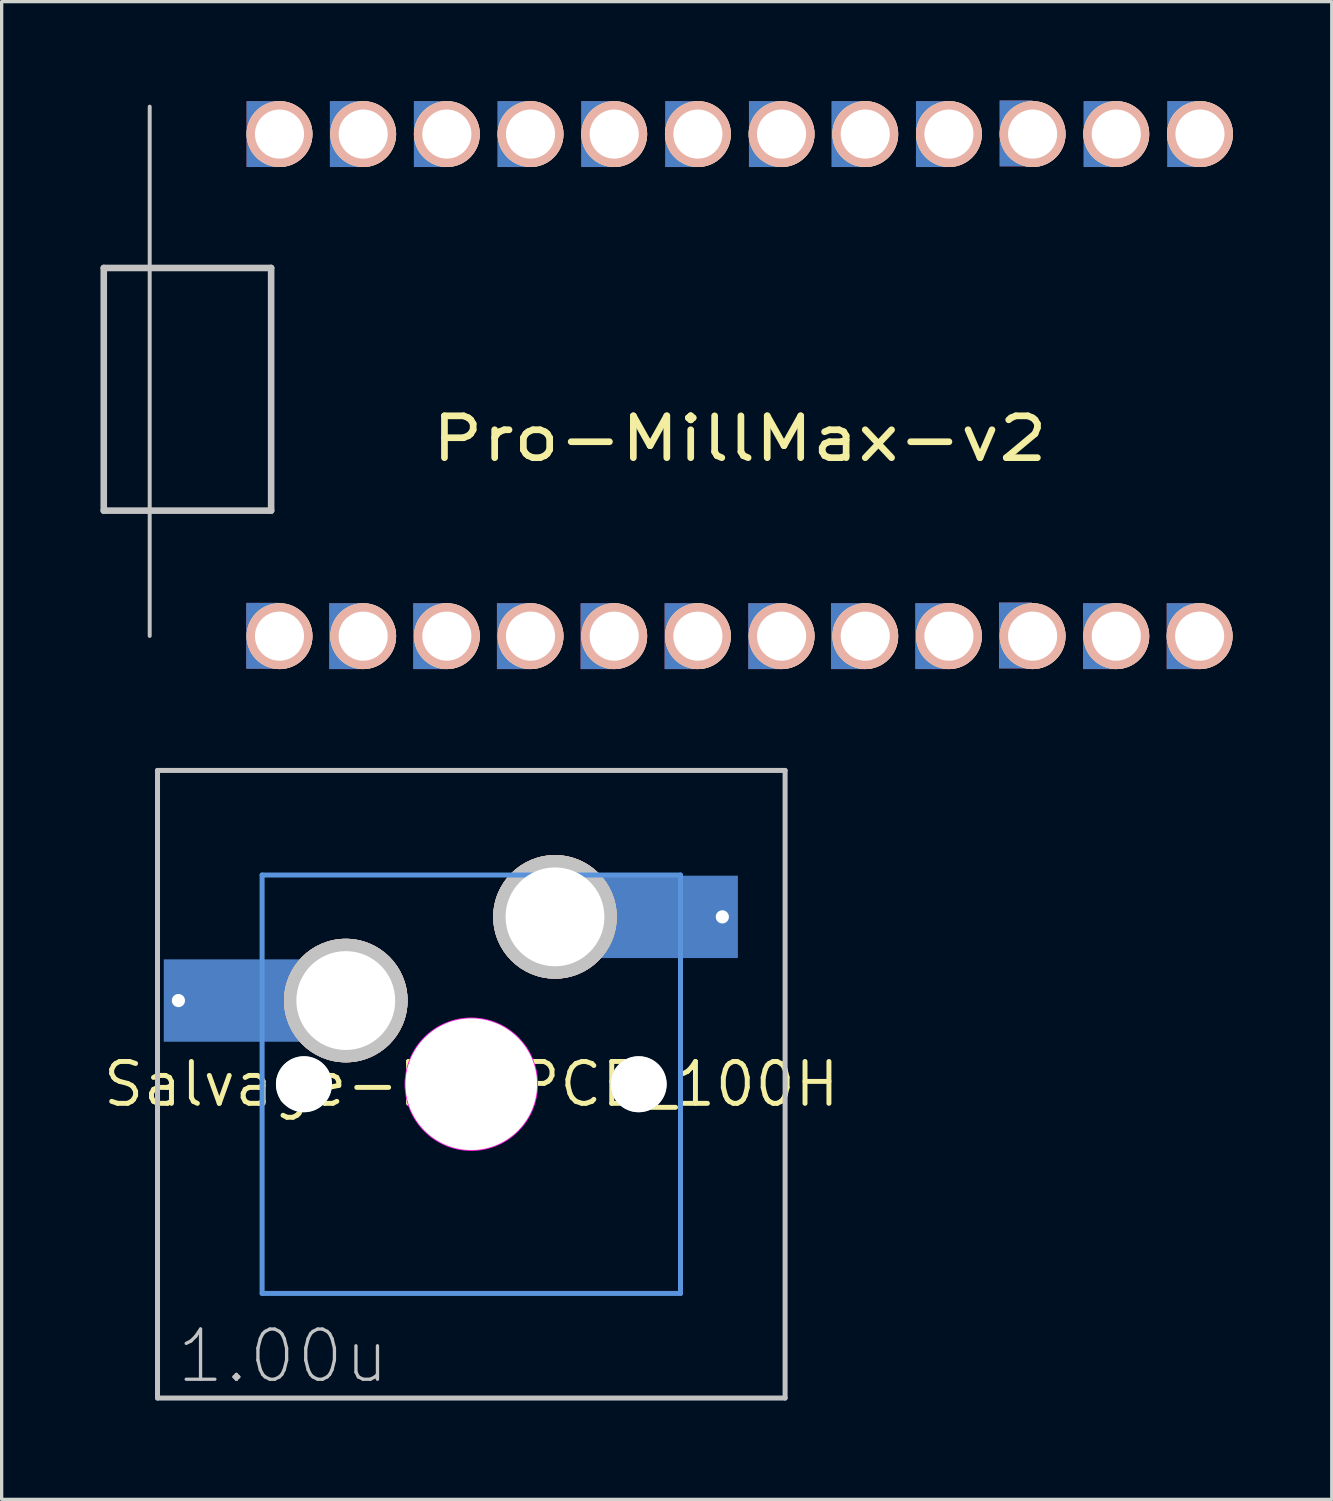
<source format=kicad_pcb>
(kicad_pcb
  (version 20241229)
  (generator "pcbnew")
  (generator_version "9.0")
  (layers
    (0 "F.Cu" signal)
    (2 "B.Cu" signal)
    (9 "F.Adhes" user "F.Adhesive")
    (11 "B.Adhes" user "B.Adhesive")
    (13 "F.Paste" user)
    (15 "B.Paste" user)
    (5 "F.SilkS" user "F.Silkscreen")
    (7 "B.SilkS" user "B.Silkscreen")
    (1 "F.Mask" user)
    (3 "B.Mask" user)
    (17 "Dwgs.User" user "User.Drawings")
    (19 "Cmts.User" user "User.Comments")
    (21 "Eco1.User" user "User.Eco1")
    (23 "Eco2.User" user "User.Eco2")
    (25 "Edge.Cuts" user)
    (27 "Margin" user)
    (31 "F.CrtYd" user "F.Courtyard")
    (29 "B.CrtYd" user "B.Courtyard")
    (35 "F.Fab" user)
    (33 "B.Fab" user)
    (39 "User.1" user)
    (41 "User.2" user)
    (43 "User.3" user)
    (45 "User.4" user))
  (footprint "Salvage-MX_PCB_100H"
    (layer "F.Cu")
    (at 11.256 29.861)
    (property "Reference" "Salvage-MX_PCB_100H" (at 0 0 0) (layer "F.SilkS") (effects (font (size 1.27 1.27) (thickness 0.15))))
    (fp_line (start -9.525 -9.525) (end 9.525 -9.525) (stroke (width 0.152) (type solid)) (layer "Dwgs.User"))
    (fp_line (start -9.525 9.525) (end -9.525 -9.525) (stroke (width 0.152) (type solid)) (layer "Dwgs.User"))
    (fp_line (start 9.525 -9.525) (end 9.525 9.525) (stroke (width 0.152) (type solid)) (layer "Dwgs.User"))
    (fp_line (start 9.525 9.525) (end -9.525 9.525) (stroke (width 0.152) (type solid)) (layer "Dwgs.User"))
    (fp_line (start -6.35 -6.35) (end 6.35 -6.35) (stroke (width 0.152) (type solid)) (layer "Cmts.User"))
    (fp_line (start -6.35 6.35) (end -6.35 -6.35) (stroke (width 0.152) (type solid)) (layer "Cmts.User"))
    (fp_line (start 6.35 -6.35) (end 6.35 6.35) (stroke (width 0.152) (type solid)) (layer "Cmts.User"))
    (fp_line (start 6.35 6.35) (end -6.35 6.35) (stroke (width 0.152) (type solid)) (layer "Cmts.User"))
    (fp_curve (pts (xy -7 -6.001) (xy -7 -6.551) (xy -6.55 -7.001) (xy -6 -7.001)) (stroke (width 0.3) (type solid)) (layer "Eco2.User"))
    (fp_curve (pts (xy -7 5.999) (xy -7 5.999) (xy -7 -6.001) (xy -7 -6.001)) (stroke (width 0.3) (type solid)) (layer "Eco2.User"))
    (fp_curve (pts (xy -6 -7.001) (xy -6 -7.001) (xy 6 -7.001) (xy 6 -7.001)) (stroke (width 0.3) (type solid)) (layer "Eco2.User"))
    (fp_curve (pts (xy -6 6.999) (xy -6.55 6.999) (xy -7 6.549) (xy -7 5.999)) (stroke (width 0.3) (type solid)) (layer "Eco2.User"))
    (fp_curve (pts (xy 6 -7.001) (xy 6.55 -7.001) (xy 7 -6.551) (xy 7 -6.001)) (stroke (width 0.3) (type solid)) (layer "Eco2.User"))
    (fp_curve (pts (xy 6 6.999) (xy 6 6.999) (xy -6 6.999) (xy -6 6.999)) (stroke (width 0.3) (type solid)) (layer "Eco2.User"))
    (fp_curve (pts (xy 7 -6.001) (xy 7 -6.001) (xy 7 5.999) (xy 7 5.999)) (stroke (width 0.3) (type solid)) (layer "Eco2.User"))
    (fp_curve (pts (xy 7 5.999) (xy 7 6.549) (xy 6.55 6.999) (xy 6 6.999)) (stroke (width 0.3) (type solid)) (layer "Eco2.User"))
    (fp_circle (center 0 0) (end 2 0) (stroke (width 0.05) (type solid)) (fill no) (layer "F.CrtYd"))
    (fp_text user "1.00u" (at -5.715 8.255 0) (layer "Dwgs.User") (effects (font (size 1.524 1.524) (thickness 0.1))))
    (pad "" smd rect (at -7.085 -2.54) (size 2.55 2.5) (layers "B.Mask" "B.Paste"))
    (pad "" np_thru_hole circle (at -5.08 0) (size 1.7 1.7) (drill 1.7) (layers "*.Cu" "Dwgs.User"))
    (pad "" np_thru_hole circle (at 0 0) (size 3.988 3.988) (drill 3.988) (layers "*.Cu" "Dwgs.User"))
    (pad "" np_thru_hole circle (at 5.08 0) (size 1.7 1.7) (drill 1.7) (layers "*.Cu" "Dwgs.User"))
    (pad "" smd rect (at 5.815 -5.08) (size 2.55 2.5) (layers "B.Mask" "B.Paste"))
    (pad "1" thru_hole circle (at 2.54 -5.08) (size 3.75 3.75) (drill 3) (layers "*.Cu" "*.SilkS" "*.Mask" "Dwgs.User"))
    (pad "1" smd rect (at 5.842 -5.08) (size 4.5 2.5) (layers "B.Cu"))
    (pad "1" thru_hole circle (at 7.62 -5.08) (size 0.8 0.8) (drill 0.4) (layers "*.Cu"))
    (pad "2" thru_hole circle (at -8.89 -2.54) (size 0.8 0.8) (drill 0.4) (layers "*.Cu"))
    (pad "2" smd rect (at -7.085 -2.54) (size 4.5 2.5) (layers "B.Cu"))
    (pad "2" thru_hole circle (at -3.81 -2.54) (size 3.75 3.75) (drill 3) (layers "*.Cu" "*.SilkS" "*.Mask" "Dwgs.User")))
  (footprint "Pro-MillMax-v2"
    (layer "F.Cu")
    (at 19.404 8.64)
    (property "Reference" "Pro-MillMax-v2" (at 0 1.625 0) (layer "F.SilkS") (effects (font (size 1.27 1.524) (thickness 0.203))))
    (attr through_hole)
    (fp_line (start -19.304 -3.556) (end -14.224 -3.556) (stroke (width 0.2) (type solid)) (layer "Dwgs.User"))
    (fp_line (start -19.304 3.81) (end -19.304 -3.556) (stroke (width 0.2) (type solid)) (layer "Dwgs.User"))
    (fp_line (start -17.91 7.613) (end -17.91 -8.453) (stroke (width 0.12) (type solid)) (layer "Dwgs.User"))
    (fp_line (start -14.224 -3.556) (end -14.224 3.81) (stroke (width 0.2) (type solid)) (layer "Dwgs.User"))
    (fp_line (start -14.224 3.81) (end -19.304 3.81) (stroke (width 0.2) (type solid)) (layer "Dwgs.User"))
    (pad "1" smd rect (at -14.48 7.61) (size 1 2) (layers "F.Cu" "F.Mask" "F.Paste"))
    (pad "1" smd rect (at -14.48 7.61) (size 1 2) (layers "B.Cu" "B.Mask" "B.Paste"))
    (pad "1" thru_hole circle (at -13.97 7.62) (size 2 2) (drill 1.49) (layers "*.Cu" "*.SilkS" "*.Mask"))
    (pad "2" smd rect (at -11.96 7.62) (size 1 2) (layers "F.Cu" "F.Mask" "F.Paste"))
    (pad "2" smd rect (at -11.96 7.62) (size 1 2) (layers "B.Cu" "B.Mask" "B.Paste"))
    (pad "2" thru_hole circle (at -11.43 7.62) (size 2 2) (drill 1.49) (layers "*.Cu" "*.SilkS" "*.Mask"))
    (pad "3" smd rect (at -9.41 7.62) (size 1 2) (layers "F.Cu" "F.Mask" "F.Paste"))
    (pad "3" smd rect (at -9.41 7.62) (size 1 2) (layers "B.Cu" "B.Mask" "B.Paste"))
    (pad "3" thru_hole circle (at -8.89 7.62) (size 2 2) (drill 1.49) (layers "*.Cu" "*.SilkS" "*.Mask"))
    (pad "4" smd rect (at -6.87 7.62) (size 1 2) (layers "F.Cu" "F.Mask" "F.Paste"))
    (pad "4" smd rect (at -6.87 7.62) (size 1 2) (layers "B.Cu" "B.Mask" "B.Paste"))
    (pad "4" thru_hole circle (at -6.35 7.62) (size 2 2) (drill 1.49) (layers "*.Cu" "*.SilkS" "*.Mask"))
    (pad "5" smd rect (at -4.33 7.62) (size 1 2) (layers "F.Cu" "F.Mask" "F.Paste"))
    (pad "5" smd rect (at -4.33 7.62) (size 1 2) (layers "B.Cu" "B.Mask" "B.Paste"))
    (pad "5" thru_hole circle (at -3.81 7.62) (size 2 2) (drill 1.49) (layers "*.Cu" "*.SilkS" "*.Mask"))
    (pad "6" smd rect (at -1.78 7.62) (size 1 2) (layers "F.Cu" "F.Mask" "F.Paste"))
    (pad "6" smd rect (at -1.78 7.62) (size 1 2) (layers "B.Cu" "B.Mask" "B.Paste"))
    (pad "6" thru_hole circle (at -1.27 7.62) (size 2 2) (drill 1.49) (layers "*.Cu" "*.SilkS" "*.Mask"))
    (pad "7" smd rect (at 0.76 7.62) (size 1 2) (layers "F.Cu" "F.Mask" "F.Paste"))
    (pad "7" smd rect (at 0.76 7.62) (size 1 2) (layers "B.Cu" "B.Mask" "B.Paste"))
    (pad "7" thru_hole circle (at 1.27 7.62) (size 2 2) (drill 1.49) (layers "*.Cu" "*.SilkS" "*.Mask"))
    (pad "8" smd rect (at 3.27 7.62) (size 1 2) (layers "F.Cu" "F.Mask" "F.Paste"))
    (pad "8" smd rect (at 3.27 7.62) (size 1 2) (layers "B.Cu" "B.Mask" "B.Paste"))
    (pad "8" thru_hole circle (at 3.81 7.62) (size 2 2) (drill 1.49) (layers "*.Cu" "*.SilkS" "*.Mask"))
    (pad "9" smd rect (at 5.83 7.62) (size 1 2) (layers "F.Cu" "F.Mask" "F.Paste"))
    (pad "9" smd rect (at 5.83 7.62) (size 1 2) (layers "B.Cu" "B.Mask" "B.Paste"))
    (pad "9" thru_hole circle (at 6.35 7.62) (size 2 2) (drill 1.49) (layers "*.Cu" "*.SilkS" "*.Mask"))
    (pad "10" smd rect (at 8.37 7.6) (size 1 2) (layers "F.Cu" "F.Mask" "F.Paste"))
    (pad "10" smd rect (at 8.37 7.6) (size 1 2) (layers "B.Cu" "B.Mask" "B.Paste"))
    (pad "10" thru_hole circle (at 8.89 7.62) (size 2 2) (drill 1.49) (layers "*.Cu" "*.SilkS" "*.Mask"))
    (pad "11" smd rect (at 10.92 7.62) (size 1 2) (layers "F.Cu" "F.Mask" "F.Paste"))
    (pad "11" smd rect (at 10.92 7.62) (size 1 2) (layers "B.Cu" "B.Mask" "B.Paste"))
    (pad "11" thru_hole circle (at 11.43 7.62) (size 2 2) (drill 1.49) (layers "*.Cu" "*.SilkS" "*.Mask"))
    (pad "12" smd rect (at 13.46 7.62) (size 1 2) (layers "F.Cu" "F.Mask" "F.Paste"))
    (pad "12" smd rect (at 13.46 7.62) (size 1 2) (layers "B.Cu" "B.Mask" "B.Paste"))
    (pad "12" thru_hole circle (at 13.96 7.62) (size 2 2) (drill 1.49) (layers "*.Cu" "*.SilkS" "*.Mask"))
    (pad "13" smd rect (at 13.48 -7.62) (size 1 2) (layers "F.Cu" "F.Mask" "F.Paste"))
    (pad "13" smd rect (at 13.48 -7.62) (size 1 2) (layers "B.Cu" "B.Mask" "B.Paste"))
    (pad "13" thru_hole circle (at 13.97 -7.62) (size 2 2) (drill 1.49) (layers "*.Cu" "*.SilkS" "*.Mask"))
    (pad "14" smd rect (at 10.94 -7.62) (size 1 2) (layers "F.Cu" "F.Mask" "F.Paste"))
    (pad "14" smd rect (at 10.94 -7.62) (size 1 2) (layers "B.Cu" "B.Mask" "B.Paste"))
    (pad "14" thru_hole circle (at 11.43 -7.62) (size 2 2) (drill 1.49) (layers "*.Cu" "*.SilkS" "*.Mask"))
    (pad "15" smd rect (at 8.39 -7.64) (size 1 2) (layers "F.Cu" "F.Mask" "F.Paste"))
    (pad "15" smd rect (at 8.39 -7.64) (size 1 2) (layers "B.Cu" "B.Mask" "B.Paste"))
    (pad "15" thru_hole circle (at 8.89 -7.62) (size 2 2) (drill 1.49) (layers "*.Cu" "*.SilkS" "*.Mask"))
    (pad "16" smd rect (at 5.85 -7.62) (size 1 2) (layers "F.Cu" "F.Mask" "F.Paste"))
    (pad "16" smd rect (at 5.85 -7.62) (size 1 2) (layers "B.Cu" "B.Mask" "B.Paste"))
    (pad "16" thru_hole circle (at 6.35 -7.62) (size 2 2) (drill 1.49) (layers "*.Cu" "*.SilkS" "*.Mask"))
    (pad "17" smd rect (at 3.29 -7.62) (size 1 2) (layers "F.Cu" "F.Mask" "F.Paste"))
    (pad "17" smd rect (at 3.29 -7.62) (size 1 2) (layers "B.Cu" "B.Mask" "B.Paste"))
    (pad "17" thru_hole circle (at 3.81 -7.62) (size 2 2) (drill 1.49) (layers "*.Cu" "*.SilkS" "*.Mask"))
    (pad "18" smd rect (at 0.78 -7.62) (size 1 2) (layers "F.Cu" "F.Mask" "F.Paste"))
    (pad "18" smd rect (at 0.78 -7.62) (size 1 2) (layers "B.Cu" "B.Mask" "B.Paste"))
    (pad "18" thru_hole circle (at 1.27 -7.62) (size 2 2) (drill 1.49) (layers "*.Cu" "*.SilkS" "*.Mask"))
    (pad "19" smd rect (at -1.76 -7.62) (size 1 2) (layers "F.Cu" "F.Mask" "F.Paste"))
    (pad "19" smd rect (at -1.76 -7.62) (size 1 2) (layers "B.Cu" "B.Mask" "B.Paste"))
    (pad "19" thru_hole circle (at -1.27 -7.62) (size 2 2) (drill 1.49) (layers "*.Cu" "*.SilkS" "*.Mask"))
    (pad "20" smd rect (at -4.31 -7.62) (size 1 2) (layers "F.Cu" "F.Mask" "F.Paste"))
    (pad "20" smd rect (at -4.31 -7.62) (size 1 2) (layers "B.Cu" "B.Mask" "B.Paste"))
    (pad "20" thru_hole circle (at -3.81 -7.62) (size 2 2) (drill 1.49) (layers "*.Cu" "*.SilkS" "*.Mask"))
    (pad "21" smd rect (at -6.85 -7.62) (size 1 2) (layers "F.Cu" "F.Mask" "F.Paste"))
    (pad "21" smd rect (at -6.85 -7.62) (size 1 2) (layers "B.Cu" "B.Mask" "B.Paste"))
    (pad "21" thru_hole circle (at -6.35 -7.62) (size 2 2) (drill 1.49) (layers "*.Cu" "*.SilkS" "*.Mask"))
    (pad "22" smd rect (at -9.39 -7.62) (size 1 2) (layers "F.Cu" "F.Mask" "F.Paste"))
    (pad "22" smd rect (at -9.39 -7.62) (size 1 2) (layers "B.Cu" "B.Mask" "B.Paste"))
    (pad "22" thru_hole circle (at -8.89 -7.62) (size 2 2) (drill 1.49) (layers "*.Cu" "*.SilkS" "*.Mask"))
    (pad "23" smd rect (at -11.94 -7.62) (size 1 2) (layers "F.Cu" "F.Mask" "F.Paste"))
    (pad "23" smd rect (at -11.94 -7.62) (size 1 2) (layers "B.Cu" "B.Mask" "B.Paste"))
    (pad "23" thru_hole circle (at -11.43 -7.62) (size 2 2) (drill 1.49) (layers "*.Cu" "*.SilkS" "*.Mask"))
    (pad "24" smd rect (at -14.47 -7.62) (size 1 2) (layers "F.Cu" "F.Mask" "F.Paste"))
    (pad "24" smd rect (at -14.47 -7.62) (size 1 2) (layers "B.Cu" "B.Mask" "B.Paste"))
    (pad "24" thru_hole circle (at -13.97 -7.62) (size 2 2) (drill 1.49) (layers "*.Cu" "*.SilkS" "*.Mask")))
  (gr_rect
    (start -3 -3)
    (end 37.374 42.462)
    (stroke (width 0.1) (type default))
    (fill no)
    (layer "Edge.Cuts")))
</source>
